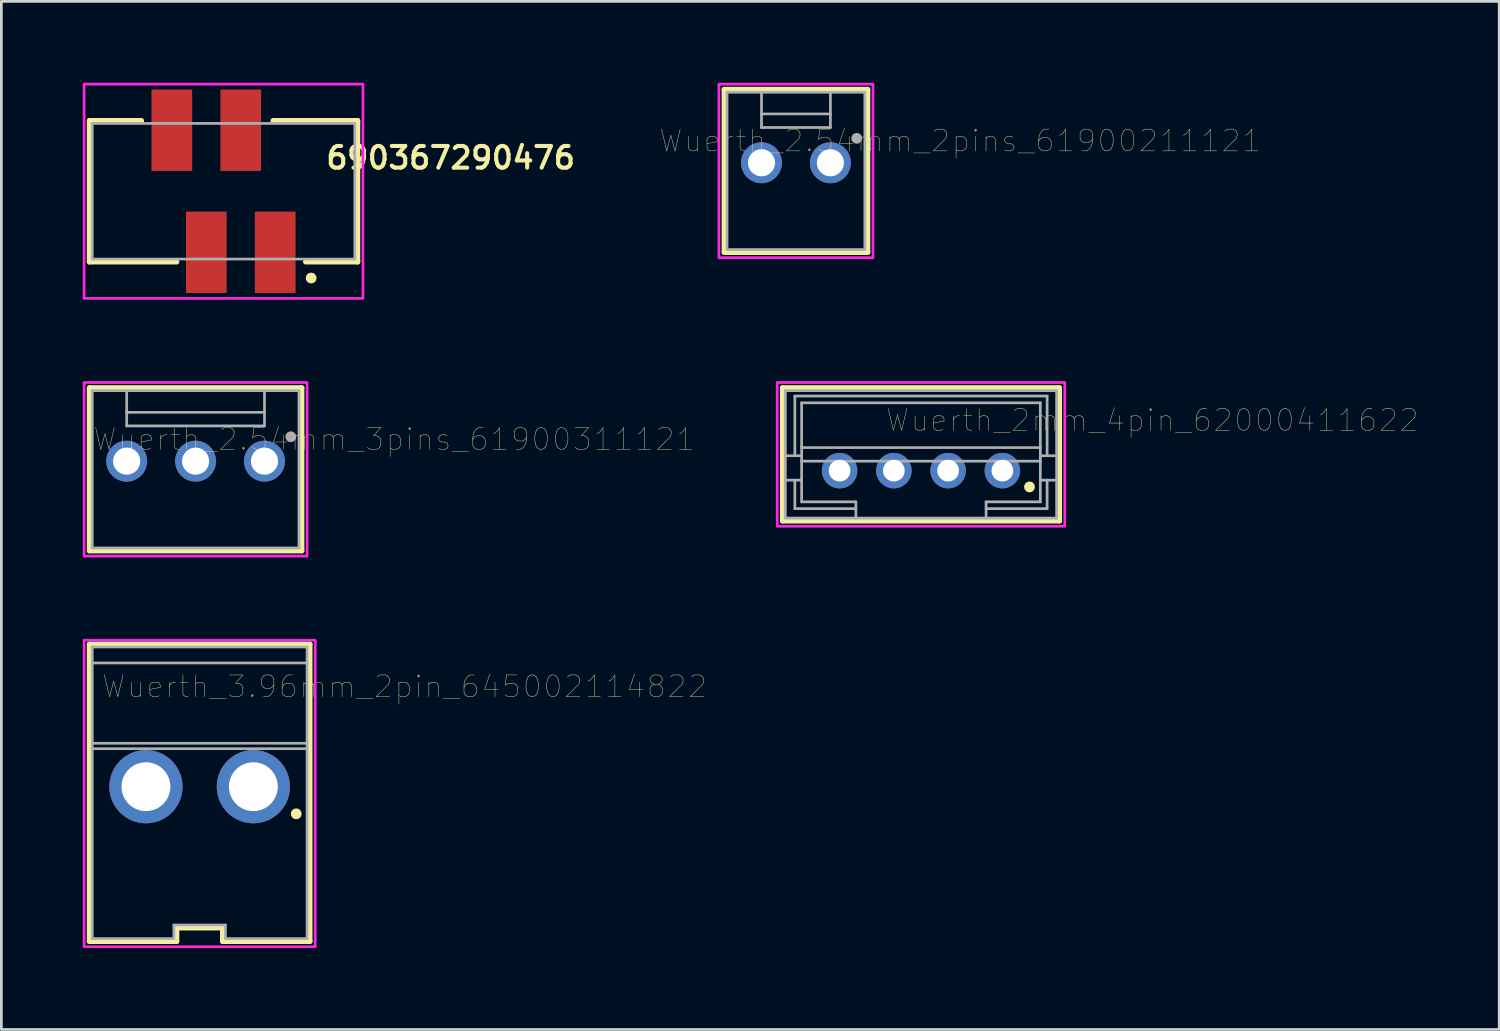
<source format=kicad_pcb>
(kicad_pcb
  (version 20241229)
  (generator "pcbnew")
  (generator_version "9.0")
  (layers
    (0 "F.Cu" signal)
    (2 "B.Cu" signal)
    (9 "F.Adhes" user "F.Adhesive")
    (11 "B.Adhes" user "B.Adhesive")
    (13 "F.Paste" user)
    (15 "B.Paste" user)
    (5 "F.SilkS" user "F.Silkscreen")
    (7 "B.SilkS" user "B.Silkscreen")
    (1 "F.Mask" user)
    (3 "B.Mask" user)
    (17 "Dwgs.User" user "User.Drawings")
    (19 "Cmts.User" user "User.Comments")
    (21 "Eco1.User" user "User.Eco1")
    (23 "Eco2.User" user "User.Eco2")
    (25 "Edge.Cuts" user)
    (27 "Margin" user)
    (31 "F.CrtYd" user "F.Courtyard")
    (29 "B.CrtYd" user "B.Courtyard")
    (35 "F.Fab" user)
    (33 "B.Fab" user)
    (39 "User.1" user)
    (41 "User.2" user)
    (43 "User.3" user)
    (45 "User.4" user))
  (footprint "Wuerth_2mm_4pin_62000411622"
    (layer "F.Cu")
    (at 30.901 13.7)
    (property "Reference" "Wuerth_2mm_4pin_62000411622" (at 8.525 -1.258 0) (layer "F.SilkS") (effects (font (size 0.8 0.8) (thickness 0.015))))
    (attr through_hole)
    (fp_line (start -5.1 -2.45) (end 5.1 -2.45) (stroke (width 0.2) (type solid)) (layer "F.SilkS"))
    (fp_line (start -5.1 2.45) (end -5.1 -2.45) (stroke (width 0.2) (type solid)) (layer "F.SilkS"))
    (fp_line (start 5.1 -2.45) (end 5.1 2.45) (stroke (width 0.2) (type solid)) (layer "F.SilkS"))
    (fp_line (start 5.1 2.45) (end -5.1 2.45) (stroke (width 0.2) (type solid)) (layer "F.SilkS"))
    (fp_circle (center 4 1.2) (end 4.1 1.2) (stroke (width 0.2) (type solid)) (fill no) (layer "F.SilkS"))
    (fp_poly (pts (xy -5.3 -2.65) (xy 5.3 -2.65) (xy 5.3 2.65) (xy -5.3 2.65)) (stroke (width 0.1) (type solid)) (fill no) (layer "F.CrtYd"))
    (fp_line (start -5 -2.35) (end 5 -2.35) (stroke (width 0.1) (type solid)) (layer "F.Fab"))
    (fp_line (start -5 0.05) (end -5 -2.35) (stroke (width 0.1) (type solid)) (layer "F.Fab"))
    (fp_line (start -5 0.05) (end -4.65 0.05) (stroke (width 0.1) (type solid)) (layer "F.Fab"))
    (fp_line (start -5 0.95) (end -5 0.05) (stroke (width 0.1) (type solid)) (layer "F.Fab"))
    (fp_line (start -5 0.95) (end -4.65 0.95) (stroke (width 0.1) (type solid)) (layer "F.Fab"))
    (fp_line (start -5 2.35) (end -5 0.95) (stroke (width 0.1) (type solid)) (layer "F.Fab"))
    (fp_line (start -4.65 -2.15) (end 4.65 -2.15) (stroke (width 0.1) (type solid)) (layer "F.Fab"))
    (fp_line (start -4.65 0.05) (end -4.65 -2.15) (stroke (width 0.1) (type solid)) (layer "F.Fab"))
    (fp_line (start -4.65 0.05) (end -4.4 0.05) (stroke (width 0.1) (type solid)) (layer "F.Fab"))
    (fp_line (start -4.65 0.95) (end -4.4 0.95) (stroke (width 0.1) (type solid)) (layer "F.Fab"))
    (fp_line (start -4.65 2) (end -4.65 0.95) (stroke (width 0.1) (type solid)) (layer "F.Fab"))
    (fp_line (start -4.4 -1.9) (end 4.4 -1.9) (stroke (width 0.1) (type solid)) (layer "F.Fab"))
    (fp_line (start -4.4 -0.25) (end -4.4 -1.9) (stroke (width 0.1) (type solid)) (layer "F.Fab"))
    (fp_line (start -4.4 -0.25) (end 4.4 -0.25) (stroke (width 0.1) (type solid)) (layer "F.Fab"))
    (fp_line (start -4.4 0.25) (end -4.4 -0.25) (stroke (width 0.1) (type solid)) (layer "F.Fab"))
    (fp_line (start -4.4 0.25) (end 4.4 0.25) (stroke (width 0.1) (type solid)) (layer "F.Fab"))
    (fp_line (start -4.4 0.95) (end -4.4 0.25) (stroke (width 0.1) (type solid)) (layer "F.Fab"))
    (fp_line (start -4.4 1.75) (end -4.4 0.95) (stroke (width 0.1) (type solid)) (layer "F.Fab"))
    (fp_line (start -2.4 1.75) (end -4.4 1.75) (stroke (width 0.1) (type solid)) (layer "F.Fab"))
    (fp_line (start -2.4 1.75) (end -2.4 2) (stroke (width 0.1) (type solid)) (layer "F.Fab"))
    (fp_line (start -2.4 2) (end -4.65 2) (stroke (width 0.1) (type solid)) (layer "F.Fab"))
    (fp_line (start -2.4 2) (end -2.4 2.35) (stroke (width 0.1) (type solid)) (layer "F.Fab"))
    (fp_line (start -2.4 2.35) (end -5 2.35) (stroke (width 0.1) (type solid)) (layer "F.Fab"))
    (fp_line (start 2.4 1.75) (end 2.4 2) (stroke (width 0.1) (type solid)) (layer "F.Fab"))
    (fp_line (start 2.4 2) (end 2.4 2.35) (stroke (width 0.1) (type solid)) (layer "F.Fab"))
    (fp_line (start 2.4 2.35) (end -2.4 2.35) (stroke (width 0.1) (type solid)) (layer "F.Fab"))
    (fp_line (start 4.4 -1.9) (end 4.4 -0.25) (stroke (width 0.1) (type solid)) (layer "F.Fab"))
    (fp_line (start 4.4 -0.25) (end 4.4 0.25) (stroke (width 0.1) (type solid)) (layer "F.Fab"))
    (fp_line (start 4.4 0.05) (end 4.65 0.05) (stroke (width 0.1) (type solid)) (layer "F.Fab"))
    (fp_line (start 4.4 0.25) (end 4.4 0.95) (stroke (width 0.1) (type solid)) (layer "F.Fab"))
    (fp_line (start 4.4 0.95) (end 4.4 1.75) (stroke (width 0.1) (type solid)) (layer "F.Fab"))
    (fp_line (start 4.4 0.95) (end 4.65 0.95) (stroke (width 0.1) (type solid)) (layer "F.Fab"))
    (fp_line (start 4.4 1.75) (end 2.4 1.75) (stroke (width 0.1) (type solid)) (layer "F.Fab"))
    (fp_line (start 4.65 -2.15) (end 4.65 0.05) (stroke (width 0.1) (type solid)) (layer "F.Fab"))
    (fp_line (start 4.65 0.05) (end 5 0.05) (stroke (width 0.1) (type solid)) (layer "F.Fab"))
    (fp_line (start 4.65 0.95) (end 4.65 2) (stroke (width 0.1) (type solid)) (layer "F.Fab"))
    (fp_line (start 4.65 0.95) (end 5 0.95) (stroke (width 0.1) (type solid)) (layer "F.Fab"))
    (fp_line (start 4.65 2) (end 2.4 2) (stroke (width 0.1) (type solid)) (layer "F.Fab"))
    (fp_line (start 5 -2.35) (end 5 0.05) (stroke (width 0.1) (type solid)) (layer "F.Fab"))
    (fp_line (start 5 0.05) (end 5 0.95) (stroke (width 0.1) (type solid)) (layer "F.Fab"))
    (fp_line (start 5 0.95) (end 5 2.35) (stroke (width 0.1) (type solid)) (layer "F.Fab"))
    (fp_line (start 5 2.35) (end 2.4 2.35) (stroke (width 0.1) (type solid)) (layer "F.Fab"))
    (pad "1" thru_hole circle (at 3 0.6) (size 1.308 1.308) (drill 0.8) (layers "*.Cu" "*.Mask"))
    (pad "2" thru_hole circle (at 1 0.6) (size 1.308 1.308) (drill 0.8) (layers "*.Cu" "*.Mask"))
    (pad "3" thru_hole circle (at -1 0.6) (size 1.308 1.308) (drill 0.8) (layers "*.Cu" "*.Mask"))
    (pad "4" thru_hole circle (at -3 0.6) (size 1.308 1.308) (drill 0.8) (layers "*.Cu" "*.Mask")))
  (footprint "690367290476"
    (layer "F.Cu")
    (at 5.19 4)
    (property "Reference" "690367290476" (at 8.374 -1.232 0) (layer "F.SilkS") (effects (font (size 0.8 0.8) (thickness 0.15))))
    (attr through_hole)
    (fp_line (start -4.94 -2.6) (end -4.94 2.6) (stroke (width 0.2) (type solid)) (layer "F.SilkS"))
    (fp_line (start -4.94 2.6) (end -1.73 2.6) (stroke (width 0.2) (type solid)) (layer "F.SilkS"))
    (fp_line (start -3.03 -2.6) (end -4.94 -2.6) (stroke (width 0.2) (type solid)) (layer "F.SilkS"))
    (fp_line (start 1.83 -2.6) (end 4.94 -2.6) (stroke (width 0.2) (type solid)) (layer "F.SilkS"))
    (fp_line (start 4.94 -2.6) (end 4.94 2.6) (stroke (width 0.2) (type solid)) (layer "F.SilkS"))
    (fp_line (start 4.94 2.6) (end 3.03 2.6) (stroke (width 0.2) (type solid)) (layer "F.SilkS"))
    (fp_circle (center 3.23 3.2) (end 3.33 3.2) (stroke (width 0.2) (type solid)) (fill no) (layer "F.SilkS"))
    (fp_poly (pts (xy 5.14 3.95) (xy -5.14 3.95) (xy -5.14 -3.95) (xy 5.14 -3.95)) (stroke (width 0.1) (type solid)) (fill no) (layer "F.CrtYd"))
    (fp_line (start -4.84 -2.5) (end -4.84 2.5) (stroke (width 0.1) (type solid)) (layer "F.Fab"))
    (fp_line (start 4.84 -2.5) (end -4.84 -2.5) (stroke (width 0.1) (type solid)) (layer "F.Fab"))
    (fp_line (start 4.84 2.5) (end -4.84 2.5) (stroke (width 0.1) (type solid)) (layer "F.Fab"))
    (fp_line (start 4.84 2.5) (end 4.84 -2.5) (stroke (width 0.1) (type solid)) (layer "F.Fab"))
    (pad "1" smd rect (at 1.905 2.25) (size 1.5 3) (layers "F.Cu" "F.Mask" "F.Paste"))
    (pad "2" smd rect (at 0.635 -2.25) (size 1.5 3) (layers "F.Cu" "F.Mask" "F.Paste"))
    (pad "3" smd rect (at -0.635 2.25) (size 1.5 3) (layers "F.Cu" "F.Mask" "F.Paste"))
    (pad "4" smd rect (at -1.905 -2.25) (size 1.5 3) (layers "F.Cu" "F.Mask" "F.Paste")))
  (footprint "Wuerth_3.96mm_2pin_645002114822"
    (layer "F.Cu")
    (at 4.31 26.45)
    (property "Reference" "Wuerth_3.96mm_2pin_645002114822" (at 7.555 -4.188 0) (layer "F.SilkS") (effects (font (size 0.8 0.8) (thickness 0.015))))
    (attr through_hole)
    (fp_line (start -4.06 -5.75) (end 4.06 -5.75) (stroke (width 0.2) (type solid)) (layer "F.SilkS"))
    (fp_line (start -4.06 5.2) (end -4.06 -5.75) (stroke (width 0.2) (type solid)) (layer "F.SilkS"))
    (fp_line (start -0.85 4.7) (end -0.85 5.2) (stroke (width 0.2) (type solid)) (layer "F.SilkS"))
    (fp_line (start -0.85 5.2) (end -4.06 5.2) (stroke (width 0.2) (type solid)) (layer "F.SilkS"))
    (fp_line (start 0.85 4.7) (end -0.85 4.7) (stroke (width 0.2) (type solid)) (layer "F.SilkS"))
    (fp_line (start 0.85 5.2) (end 0.85 4.7) (stroke (width 0.2) (type solid)) (layer "F.SilkS"))
    (fp_line (start 4.06 -5.75) (end 4.06 5.2) (stroke (width 0.2) (type solid)) (layer "F.SilkS"))
    (fp_line (start 4.06 5.2) (end 0.85 5.2) (stroke (width 0.2) (type solid)) (layer "F.SilkS"))
    (fp_circle (center 3.56 0.5) (end 3.66 0.5) (stroke (width 0.2) (type solid)) (fill no) (layer "F.SilkS"))
    (fp_poly (pts (xy -4.26 -5.9) (xy 4.26 -5.9) (xy 4.26 5.4) (xy -4.26 5.4)) (stroke (width 0.1) (type solid)) (fill no) (layer "F.CrtYd"))
    (fp_line (start -3.96 -5.65) (end 3.96 -5.65) (stroke (width 0.1) (type solid)) (layer "F.Fab"))
    (fp_line (start -3.96 -5.06) (end 3.96 -5.06) (stroke (width 0.1) (type solid)) (layer "F.Fab"))
    (fp_line (start -3.96 -2.1) (end 3.96 -2.1) (stroke (width 0.1) (type solid)) (layer "F.Fab"))
    (fp_line (start -3.96 -1.9) (end -3.96 -5.65) (stroke (width 0.1) (type solid)) (layer "F.Fab"))
    (fp_line (start -3.96 -1.9) (end 3.96 -1.9) (stroke (width 0.1) (type solid)) (layer "F.Fab"))
    (fp_line (start -3.96 5.1) (end -3.96 -1.9) (stroke (width 0.1) (type solid)) (layer "F.Fab"))
    (fp_line (start -0.95 4.6) (end 0.95 4.6) (stroke (width 0.1) (type solid)) (layer "F.Fab"))
    (fp_line (start -0.95 5.1) (end -3.96 5.1) (stroke (width 0.1) (type solid)) (layer "F.Fab"))
    (fp_line (start -0.95 5.1) (end -0.95 4.6) (stroke (width 0.1) (type solid)) (layer "F.Fab"))
    (fp_line (start 0.95 4.6) (end 0.95 5.1) (stroke (width 0.1) (type solid)) (layer "F.Fab"))
    (fp_line (start 3.96 -5.65) (end 3.96 -1.9) (stroke (width 0.1) (type solid)) (layer "F.Fab"))
    (fp_line (start 3.96 -1.9) (end 3.96 5.1) (stroke (width 0.1) (type solid)) (layer "F.Fab"))
    (fp_line (start 3.96 5.1) (end 0.95 5.1) (stroke (width 0.1) (type solid)) (layer "F.Fab"))
    (pad "1" thru_hole circle (at 1.98 -0.5) (size 2.7 2.7) (drill 1.8) (layers "*.Cu" "*.Mask"))
    (pad "2" thru_hole circle (at -1.98 -0.5) (size 2.7 2.7) (drill 1.8) (layers "*.Cu" "*.Mask")))
  (footprint "Wuerth_2.54mm_2pins_61900211121"
    (layer "F.Cu")
    (at 26.292 3.25)
    (property "Reference" "Wuerth_2.54mm_2pins_61900211121" (at 6.055 -1.108 0) (layer "F.SilkS") (effects (font (size 0.8 0.8) (thickness 0.015))))
    (attr through_hole)
    (fp_line (start -2.64 -3) (end 2.64 -3) (stroke (width 0.2) (type solid)) (layer "F.SilkS"))
    (fp_line (start -2.64 3) (end -2.64 -3) (stroke (width 0.2) (type solid)) (layer "F.SilkS"))
    (fp_line (start 2.64 -3) (end 2.64 3) (stroke (width 0.2) (type solid)) (layer "F.SilkS"))
    (fp_line (start 2.64 3) (end -2.64 3) (stroke (width 0.2) (type solid)) (layer "F.SilkS"))
    (fp_poly (pts (xy -2.84 -3.2) (xy 2.84 -3.2) (xy 2.84 3.2) (xy -2.84 3.2)) (stroke (width 0.1) (type solid)) (fill no) (layer "F.CrtYd"))
    (fp_line (start -2.54 -2.9) (end -1.27 -2.9) (stroke (width 0.1) (type solid)) (layer "F.Fab"))
    (fp_line (start -2.54 2.9) (end -2.54 -2.9) (stroke (width 0.1) (type solid)) (layer "F.Fab"))
    (fp_line (start -1.27 -2.9) (end -1.27 -2.1) (stroke (width 0.1) (type solid)) (layer "F.Fab"))
    (fp_line (start -1.27 -2.9) (end 1.27 -2.9) (stroke (width 0.1) (type solid)) (layer "F.Fab"))
    (fp_line (start -1.27 -2.1) (end 1.27 -2.1) (stroke (width 0.1) (type solid)) (layer "F.Fab"))
    (fp_line (start -1.27 -1.6) (end -1.27 -2.1) (stroke (width 0.1) (type solid)) (layer "F.Fab"))
    (fp_line (start 1.27 -2.9) (end 2.54 -2.9) (stroke (width 0.1) (type solid)) (layer "F.Fab"))
    (fp_line (start 1.27 -2.1) (end 1.27 -2.9) (stroke (width 0.1) (type solid)) (layer "F.Fab"))
    (fp_line (start 1.27 -1.6) (end -1.27 -1.6) (stroke (width 0.1) (type solid)) (layer "F.Fab"))
    (fp_line (start 1.27 -1.6) (end 1.27 -2.1) (stroke (width 0.1) (type solid)) (layer "F.Fab"))
    (fp_line (start 2.54 -2.9) (end 2.54 2.9) (stroke (width 0.1) (type solid)) (layer "F.Fab"))
    (fp_line (start 2.54 2.9) (end -2.54 2.9) (stroke (width 0.1) (type solid)) (layer "F.Fab"))
    (fp_circle (center 2.24 -1.2) (end 2.34 -1.2) (stroke (width 0.2) (type solid)) (fill no) (layer "F.Fab"))
    (pad "1" thru_hole circle (at 1.27 -0.3) (size 1.508 1.508) (drill 1) (layers "*.Cu" "*.Mask"))
    (pad "2" thru_hole circle (at -1.27 -0.3) (size 1.508 1.508) (drill 1) (layers "*.Cu" "*.Mask")))
  (footprint "Wuerth_2.54mm_3pins_61900311121"
    (layer "F.Cu")
    (at 4.16 14.25)
    (property "Reference" "Wuerth_2.54mm_3pins_61900311121" (at 7.325 -1.108 0) (layer "F.SilkS") (effects (font (size 0.8 0.8) (thickness 0.015))))
    (attr through_hole)
    (fp_line (start -3.91 -3) (end 3.91 -3) (stroke (width 0.2) (type solid)) (layer "F.SilkS"))
    (fp_line (start -3.91 3) (end -3.91 -3) (stroke (width 0.2) (type solid)) (layer "F.SilkS"))
    (fp_line (start 3.91 -3) (end 3.91 3) (stroke (width 0.2) (type solid)) (layer "F.SilkS"))
    (fp_line (start 3.91 3) (end -3.91 3) (stroke (width 0.2) (type solid)) (layer "F.SilkS"))
    (fp_poly (pts (xy -4.11 -3.2) (xy 4.11 -3.2) (xy 4.11 3.2) (xy -4.11 3.2)) (stroke (width 0.1) (type solid)) (fill no) (layer "F.CrtYd"))
    (fp_line (start -3.81 -2.9) (end -2.54 -2.9) (stroke (width 0.1) (type solid)) (layer "F.Fab"))
    (fp_line (start -3.81 2.9) (end -3.81 -2.9) (stroke (width 0.1) (type solid)) (layer "F.Fab"))
    (fp_line (start -2.54 -2.9) (end -2.54 -2.1) (stroke (width 0.1) (type solid)) (layer "F.Fab"))
    (fp_line (start -2.54 -2.9) (end 2.54 -2.9) (stroke (width 0.1) (type solid)) (layer "F.Fab"))
    (fp_line (start -2.54 -2.1) (end 2.54 -2.1) (stroke (width 0.1) (type solid)) (layer "F.Fab"))
    (fp_line (start -2.54 -1.6) (end -2.54 -2.1) (stroke (width 0.1) (type solid)) (layer "F.Fab"))
    (fp_line (start 2.54 -2.9) (end 3.81 -2.9) (stroke (width 0.1) (type solid)) (layer "F.Fab"))
    (fp_line (start 2.54 -2.1) (end 2.54 -2.9) (stroke (width 0.1) (type solid)) (layer "F.Fab"))
    (fp_line (start 2.54 -1.6) (end -2.54 -1.6) (stroke (width 0.1) (type solid)) (layer "F.Fab"))
    (fp_line (start 2.54 -1.6) (end 2.54 -2.1) (stroke (width 0.1) (type solid)) (layer "F.Fab"))
    (fp_line (start 3.81 -2.9) (end 3.81 2.9) (stroke (width 0.1) (type solid)) (layer "F.Fab"))
    (fp_line (start 3.81 2.9) (end -3.81 2.9) (stroke (width 0.1) (type solid)) (layer "F.Fab"))
    (fp_circle (center 3.51 -1.2) (end 3.61 -1.2) (stroke (width 0.2) (type solid)) (fill no) (layer "F.Fab"))
    (pad "1" thru_hole circle (at 2.54 -0.3) (size 1.508 1.508) (drill 1) (layers "*.Cu" "*.Mask"))
    (pad "2" thru_hole circle (at 0 -0.3) (size 1.508 1.508) (drill 1) (layers "*.Cu" "*.Mask"))
    (pad "3" thru_hole circle (at -2.54 -0.3) (size 1.508 1.508) (drill 1) (layers "*.Cu" "*.Mask")))
  (gr_rect
    (start -3 -3)
    (end 52.216 34.9)
    (stroke (width 0.1) (type default))
    (fill no)
    (layer "Edge.Cuts")))
</source>
